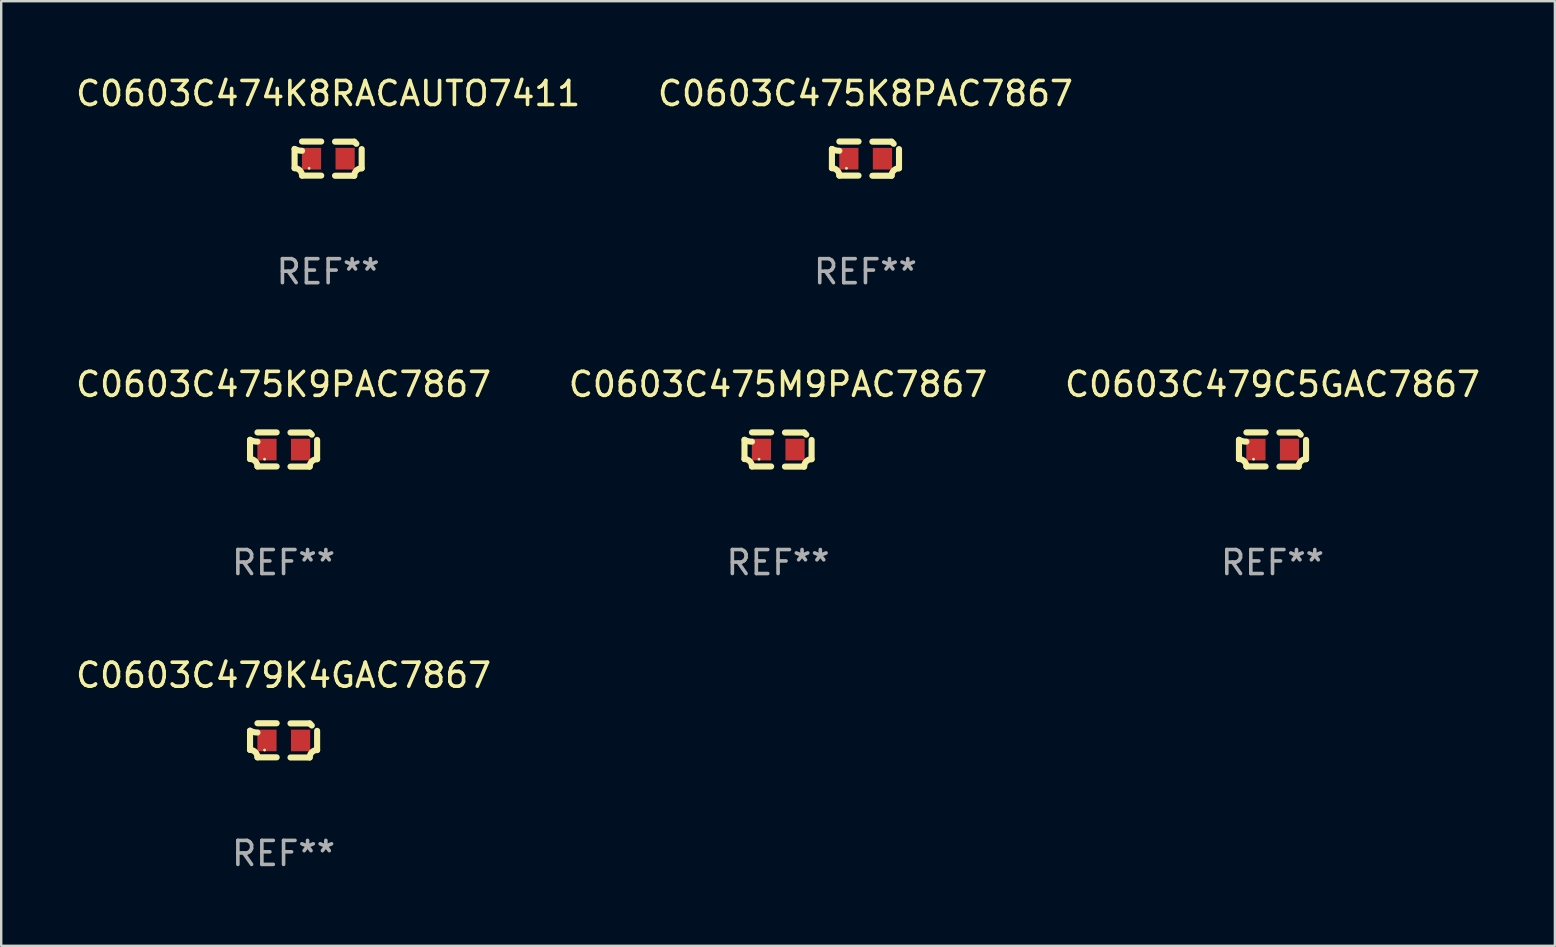
<source format=kicad_pcb>
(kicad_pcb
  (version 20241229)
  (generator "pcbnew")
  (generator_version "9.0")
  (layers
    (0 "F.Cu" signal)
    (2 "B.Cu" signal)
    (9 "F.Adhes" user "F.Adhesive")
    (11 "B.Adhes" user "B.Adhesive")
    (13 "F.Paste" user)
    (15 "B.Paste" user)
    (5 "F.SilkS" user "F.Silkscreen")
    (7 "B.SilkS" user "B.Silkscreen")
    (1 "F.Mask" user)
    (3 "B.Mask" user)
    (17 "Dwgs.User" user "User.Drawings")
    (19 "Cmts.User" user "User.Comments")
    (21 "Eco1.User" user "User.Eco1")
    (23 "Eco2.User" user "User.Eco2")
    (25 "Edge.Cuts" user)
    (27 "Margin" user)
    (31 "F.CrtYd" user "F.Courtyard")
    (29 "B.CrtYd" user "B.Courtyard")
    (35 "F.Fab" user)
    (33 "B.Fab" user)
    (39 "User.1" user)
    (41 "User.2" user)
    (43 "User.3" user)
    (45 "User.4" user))
  (footprint "C0603C479K4GAC7867"
    (layer "F.Cu")
    (at 8.768 27.805)
    (property "Reference" "C0603C479K4GAC7867" (at 0 -2.713 0) (layer "F.SilkS") (effects (font (size 1 1) (thickness 0.15))))
    (attr through_hole)
    (fp_line (start -1.398 -0.403) (end -1.398 0.397) (stroke (width 0.254) (type solid)) (layer "F.SilkS"))
    (fp_line (start -0.288 -0.713) (end -1.088 -0.713) (stroke (width 0.254) (type solid)) (layer "F.SilkS"))
    (fp_line (start -0.288 0.707) (end -1.088 0.707) (stroke (width 0.254) (type solid)) (layer "F.SilkS"))
    (fp_line (start 0.288 -0.707) (end 1.088 -0.707) (stroke (width 0.254) (type solid)) (layer "F.SilkS"))
    (fp_line (start 0.288 0.713) (end 1.088 0.713) (stroke (width 0.254) (type solid)) (layer "F.SilkS"))
    (fp_line (start 1.398 -0.397) (end 1.398 0.403) (stroke (width 0.254) (type solid)) (layer "F.SilkS"))
    (fp_arc (start -1.397789 0.397066) (mid -1.178701 0.487826) (end -1.08796 0.706922) (stroke (width 0.254001) (type solid)) (layer "F.SilkS"))
    (fp_arc (start -1.08796 -0.327176) (mid -1.247436 -0.346384) (end -1.39779 -0.402908) (stroke (width 0.254001) (type solid)) (layer "F.SilkS"))
    (fp_arc (start 1.087909 0.712738) (mid 1.178656 0.493655) (end 1.397739 0.402908) (stroke (width 0.254001) (type solid)) (layer "F.SilkS"))
    (fp_arc (start 1.175925 -0.618926) (mid 1.131917 -0.662923) (end 1.08791 -0.706922) (stroke (width 0.254001) (type solid)) (layer "F.SilkS"))
    (fp_circle (center -0.792 0.403) (end -0.762 0.403) (stroke (width 0.06) (type solid)) (fill no) (layer "F.SilkS"))
    (fp_text user "REF**" (at 0 4.713 0) (layer "F.Fab") (effects (font (size 1 1) (thickness 0.15))))
    (pad "1" smd rect (at -0.692 0.003) (size 0.8 0.9) (layers "F.Cu" "F.Mask" "F.Paste"))
    (pad "2" smd rect (at 0.708 0.003) (size 0.8 0.9) (layers "F.Cu" "F.Mask" "F.Paste")))
  (footprint "C0603C479C5GAC7867"
    (layer "F.Cu")
    (at 49.982 15.683)
    (property "Reference" "C0603C479C5GAC7867" (at 0 -2.713 0) (layer "F.SilkS") (effects (font (size 1 1) (thickness 0.15))))
    (attr through_hole)
    (fp_line (start -1.398 -0.403) (end -1.398 0.397) (stroke (width 0.254) (type solid)) (layer "F.SilkS"))
    (fp_line (start -0.288 -0.713) (end -1.088 -0.713) (stroke (width 0.254) (type solid)) (layer "F.SilkS"))
    (fp_line (start -0.288 0.707) (end -1.088 0.707) (stroke (width 0.254) (type solid)) (layer "F.SilkS"))
    (fp_line (start 0.288 -0.707) (end 1.088 -0.707) (stroke (width 0.254) (type solid)) (layer "F.SilkS"))
    (fp_line (start 0.288 0.713) (end 1.088 0.713) (stroke (width 0.254) (type solid)) (layer "F.SilkS"))
    (fp_line (start 1.398 -0.397) (end 1.398 0.403) (stroke (width 0.254) (type solid)) (layer "F.SilkS"))
    (fp_arc (start -1.397789 0.397066) (mid -1.178701 0.487826) (end -1.08796 0.706922) (stroke (width 0.254001) (type solid)) (layer "F.SilkS"))
    (fp_arc (start -1.08796 -0.327176) (mid -1.247436 -0.346384) (end -1.39779 -0.402908) (stroke (width 0.254001) (type solid)) (layer "F.SilkS"))
    (fp_arc (start 1.087909 0.712738) (mid 1.178656 0.493655) (end 1.397739 0.402908) (stroke (width 0.254001) (type solid)) (layer "F.SilkS"))
    (fp_arc (start 1.175925 -0.618926) (mid 1.131917 -0.662923) (end 1.08791 -0.706922) (stroke (width 0.254001) (type solid)) (layer "F.SilkS"))
    (fp_circle (center -0.792 0.403) (end -0.762 0.403) (stroke (width 0.06) (type solid)) (fill no) (layer "F.SilkS"))
    (fp_text user "REF**" (at 0 4.713 0) (layer "F.Fab") (effects (font (size 1 1) (thickness 0.15))))
    (pad "1" smd rect (at -0.692 0.003) (size 0.8 0.9) (layers "F.Cu" "F.Mask" "F.Paste"))
    (pad "2" smd rect (at 0.708 0.003) (size 0.8 0.9) (layers "F.Cu" "F.Mask" "F.Paste")))
  (footprint "C0603C474K8RACAUTO7411"
    (layer "F.Cu")
    (at 10.625 3.561)
    (property "Reference" "C0603C474K8RACAUTO7411" (at 0 -2.713 0) (layer "F.SilkS") (effects (font (size 1 1) (thickness 0.15))))
    (attr through_hole)
    (fp_line (start -1.398 -0.403) (end -1.398 0.397) (stroke (width 0.254) (type solid)) (layer "F.SilkS"))
    (fp_line (start -0.288 -0.713) (end -1.088 -0.713) (stroke (width 0.254) (type solid)) (layer "F.SilkS"))
    (fp_line (start -0.288 0.707) (end -1.088 0.707) (stroke (width 0.254) (type solid)) (layer "F.SilkS"))
    (fp_line (start 0.288 -0.707) (end 1.088 -0.707) (stroke (width 0.254) (type solid)) (layer "F.SilkS"))
    (fp_line (start 0.288 0.713) (end 1.088 0.713) (stroke (width 0.254) (type solid)) (layer "F.SilkS"))
    (fp_line (start 1.398 -0.397) (end 1.398 0.403) (stroke (width 0.254) (type solid)) (layer "F.SilkS"))
    (fp_arc (start -1.397789 0.397066) (mid -1.178701 0.487826) (end -1.08796 0.706922) (stroke (width 0.254001) (type solid)) (layer "F.SilkS"))
    (fp_arc (start -1.08796 -0.327176) (mid -1.247436 -0.346384) (end -1.39779 -0.402908) (stroke (width 0.254001) (type solid)) (layer "F.SilkS"))
    (fp_arc (start 1.087909 0.712738) (mid 1.178656 0.493655) (end 1.397739 0.402908) (stroke (width 0.254001) (type solid)) (layer "F.SilkS"))
    (fp_arc (start 1.175925 -0.618926) (mid 1.131917 -0.662923) (end 1.08791 -0.706922) (stroke (width 0.254001) (type solid)) (layer "F.SilkS"))
    (fp_circle (center -0.792 0.403) (end -0.762 0.403) (stroke (width 0.06) (type solid)) (fill no) (layer "F.SilkS"))
    (fp_text user "REF**" (at 0 4.713 0) (layer "F.Fab") (effects (font (size 1 1) (thickness 0.15))))
    (pad "1" smd rect (at -0.692 0.003) (size 0.8 0.9) (layers "F.Cu" "F.Mask" "F.Paste"))
    (pad "2" smd rect (at 0.708 0.003) (size 0.8 0.9) (layers "F.Cu" "F.Mask" "F.Paste")))
  (footprint "C0603C475K9PAC7867"
    (layer "F.Cu")
    (at 8.768 15.683)
    (property "Reference" "C0603C475K9PAC7867" (at 0 -2.713 0) (layer "F.SilkS") (effects (font (size 1 1) (thickness 0.15))))
    (attr through_hole)
    (fp_line (start -1.398 -0.403) (end -1.398 0.397) (stroke (width 0.254) (type solid)) (layer "F.SilkS"))
    (fp_line (start -0.288 -0.713) (end -1.088 -0.713) (stroke (width 0.254) (type solid)) (layer "F.SilkS"))
    (fp_line (start -0.288 0.707) (end -1.088 0.707) (stroke (width 0.254) (type solid)) (layer "F.SilkS"))
    (fp_line (start 0.288 -0.707) (end 1.088 -0.707) (stroke (width 0.254) (type solid)) (layer "F.SilkS"))
    (fp_line (start 0.288 0.713) (end 1.088 0.713) (stroke (width 0.254) (type solid)) (layer "F.SilkS"))
    (fp_line (start 1.398 -0.397) (end 1.398 0.403) (stroke (width 0.254) (type solid)) (layer "F.SilkS"))
    (fp_arc (start -1.397789 0.397066) (mid -1.178701 0.487826) (end -1.08796 0.706922) (stroke (width 0.254001) (type solid)) (layer "F.SilkS"))
    (fp_arc (start -1.08796 -0.327176) (mid -1.247436 -0.346384) (end -1.39779 -0.402908) (stroke (width 0.254001) (type solid)) (layer "F.SilkS"))
    (fp_arc (start 1.087909 0.712738) (mid 1.178656 0.493655) (end 1.397739 0.402908) (stroke (width 0.254001) (type solid)) (layer "F.SilkS"))
    (fp_arc (start 1.175925 -0.618926) (mid 1.131917 -0.662923) (end 1.08791 -0.706922) (stroke (width 0.254001) (type solid)) (layer "F.SilkS"))
    (fp_circle (center -0.792 0.403) (end -0.762 0.403) (stroke (width 0.06) (type solid)) (fill no) (layer "F.SilkS"))
    (fp_text user "REF**" (at 0 4.713 0) (layer "F.Fab") (effects (font (size 1 1) (thickness 0.15))))
    (pad "1" smd rect (at -0.692 0.003) (size 0.8 0.9) (layers "F.Cu" "F.Mask" "F.Paste"))
    (pad "2" smd rect (at 0.708 0.003) (size 0.8 0.9) (layers "F.Cu" "F.Mask" "F.Paste")))
  (footprint "C0603C475M9PAC7867"
    (layer "F.Cu")
    (at 29.375 15.683)
    (property "Reference" "C0603C475M9PAC7867" (at 0 -2.713 0) (layer "F.SilkS") (effects (font (size 1 1) (thickness 0.15))))
    (attr through_hole)
    (fp_line (start -1.398 -0.403) (end -1.398 0.397) (stroke (width 0.254) (type solid)) (layer "F.SilkS"))
    (fp_line (start -0.288 -0.713) (end -1.088 -0.713) (stroke (width 0.254) (type solid)) (layer "F.SilkS"))
    (fp_line (start -0.288 0.707) (end -1.088 0.707) (stroke (width 0.254) (type solid)) (layer "F.SilkS"))
    (fp_line (start 0.288 -0.707) (end 1.088 -0.707) (stroke (width 0.254) (type solid)) (layer "F.SilkS"))
    (fp_line (start 0.288 0.713) (end 1.088 0.713) (stroke (width 0.254) (type solid)) (layer "F.SilkS"))
    (fp_line (start 1.398 -0.397) (end 1.398 0.403) (stroke (width 0.254) (type solid)) (layer "F.SilkS"))
    (fp_arc (start -1.397789 0.397066) (mid -1.178701 0.487826) (end -1.08796 0.706922) (stroke (width 0.254001) (type solid)) (layer "F.SilkS"))
    (fp_arc (start -1.08796 -0.327176) (mid -1.247436 -0.346384) (end -1.39779 -0.402908) (stroke (width 0.254001) (type solid)) (layer "F.SilkS"))
    (fp_arc (start 1.087909 0.712738) (mid 1.178656 0.493655) (end 1.397739 0.402908) (stroke (width 0.254001) (type solid)) (layer "F.SilkS"))
    (fp_arc (start 1.175925 -0.618926) (mid 1.131917 -0.662923) (end 1.08791 -0.706922) (stroke (width 0.254001) (type solid)) (layer "F.SilkS"))
    (fp_circle (center -0.792 0.403) (end -0.762 0.403) (stroke (width 0.06) (type solid)) (fill no) (layer "F.SilkS"))
    (fp_text user "REF**" (at 0 4.713 0) (layer "F.Fab") (effects (font (size 1 1) (thickness 0.15))))
    (pad "1" smd rect (at -0.692 0.003) (size 0.8 0.9) (layers "F.Cu" "F.Mask" "F.Paste"))
    (pad "2" smd rect (at 0.708 0.003) (size 0.8 0.9) (layers "F.Cu" "F.Mask" "F.Paste")))
  (footprint "C0603C475K8PAC7867"
    (layer "F.Cu")
    (at 33.018 3.561)
    (property "Reference" "C0603C475K8PAC7867" (at 0 -2.713 0) (layer "F.SilkS") (effects (font (size 1 1) (thickness 0.15))))
    (attr through_hole)
    (fp_line (start -1.398 -0.403) (end -1.398 0.397) (stroke (width 0.254) (type solid)) (layer "F.SilkS"))
    (fp_line (start -0.288 -0.713) (end -1.088 -0.713) (stroke (width 0.254) (type solid)) (layer "F.SilkS"))
    (fp_line (start -0.288 0.707) (end -1.088 0.707) (stroke (width 0.254) (type solid)) (layer "F.SilkS"))
    (fp_line (start 0.288 -0.707) (end 1.088 -0.707) (stroke (width 0.254) (type solid)) (layer "F.SilkS"))
    (fp_line (start 0.288 0.713) (end 1.088 0.713) (stroke (width 0.254) (type solid)) (layer "F.SilkS"))
    (fp_line (start 1.398 -0.397) (end 1.398 0.403) (stroke (width 0.254) (type solid)) (layer "F.SilkS"))
    (fp_arc (start -1.397789 0.397066) (mid -1.178701 0.487826) (end -1.08796 0.706922) (stroke (width 0.254001) (type solid)) (layer "F.SilkS"))
    (fp_arc (start -1.08796 -0.327176) (mid -1.247436 -0.346384) (end -1.39779 -0.402908) (stroke (width 0.254001) (type solid)) (layer "F.SilkS"))
    (fp_arc (start 1.087909 0.712738) (mid 1.178656 0.493655) (end 1.397739 0.402908) (stroke (width 0.254001) (type solid)) (layer "F.SilkS"))
    (fp_arc (start 1.175925 -0.618926) (mid 1.131917 -0.662923) (end 1.08791 -0.706922) (stroke (width 0.254001) (type solid)) (layer "F.SilkS"))
    (fp_circle (center -0.792 0.403) (end -0.762 0.403) (stroke (width 0.06) (type solid)) (fill no) (layer "F.SilkS"))
    (fp_text user "REF**" (at 0 4.713 0) (layer "F.Fab") (effects (font (size 1 1) (thickness 0.15))))
    (pad "1" smd rect (at -0.692 0.003) (size 0.8 0.9) (layers "F.Cu" "F.Mask" "F.Paste"))
    (pad "2" smd rect (at 0.708 0.003) (size 0.8 0.9) (layers "F.Cu" "F.Mask" "F.Paste")))
  (gr_rect
    (start -3 -3)
    (end 61.75 36.366)
    (stroke (width 0.1) (type default))
    (fill no)
    (layer "Edge.Cuts")))
</source>
